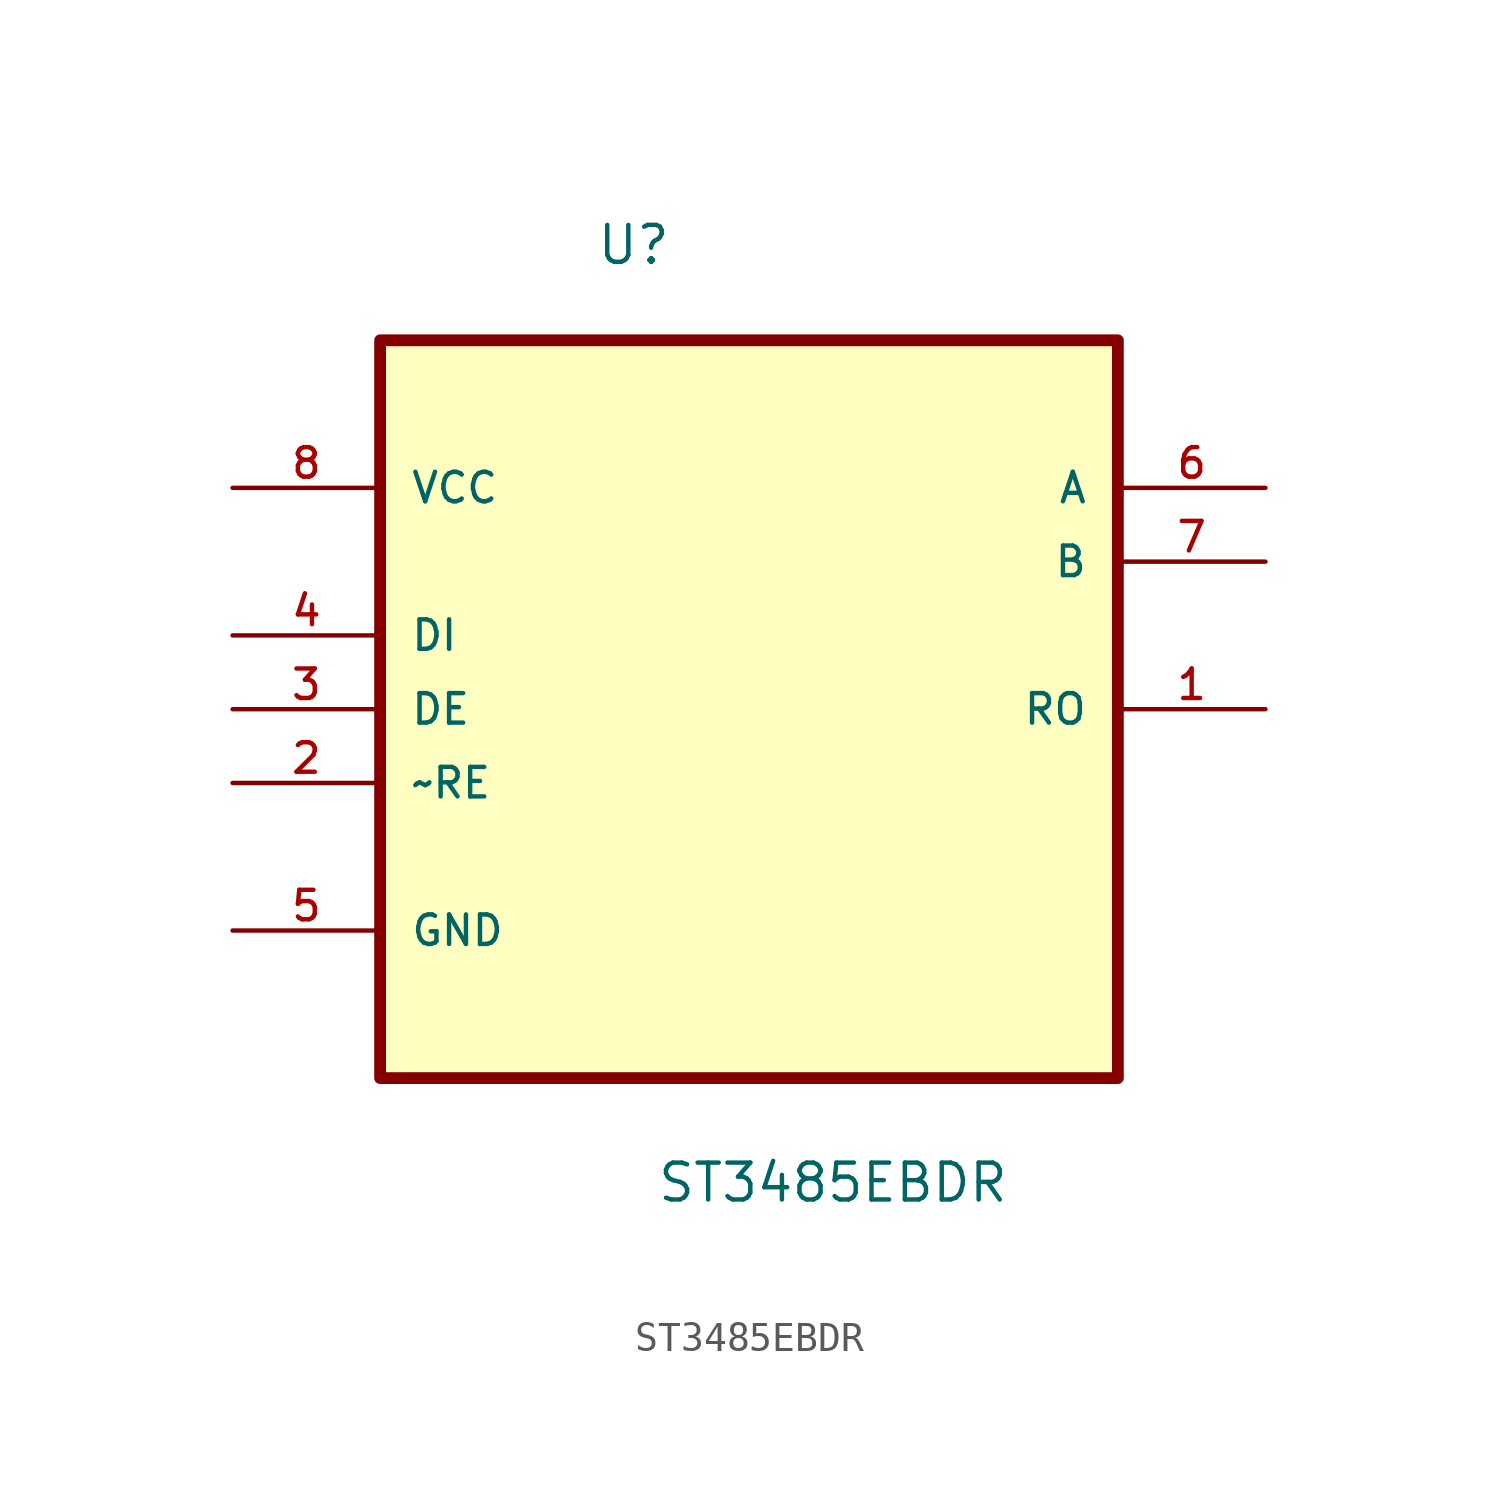
<source format=kicad_sym>
(kicad_symbol_lib
  (version 20211014)
  (generator kicad_symbol_editor)
  (symbol "ST3485EBDR"
    (pin_names
      (offset 1.016))
    (property "Reference" "U"
      (at -5.283 12.7 0.0)
      (effects (font (size 1.27 1.27)) (justify bottom left)))
    (property "Value" "ST3485EBDR"
      (at -3.2 -19.583 0.0)
      (effects (font (size 1.27 1.27)) (justify bottom left)))
    (symbol "ST3485EBDR_0_0"
      (rectangle (start -12.7 -15.24) (end 12.7 10.16) (stroke (width 0.406)) (fill (type background)))
      (pin power_in line (at -17.78 5.08 0) (length 5.08) (name "VCC" (effects (font (size 1.016 1.016)))) (number "8" (effects (font (size 1.016 1.016)))))
      (pin input line (at -17.78 0.0 0) (length 5.08) (name "DI" (effects (font (size 1.016 1.016)))) (number "4" (effects (font (size 1.016 1.016)))))
      (pin input line (at -17.78 -2.54 0) (length 5.08) (name "DE" (effects (font (size 1.016 1.016)))) (number "3" (effects (font (size 1.016 1.016)))))
      (pin input line (at -17.78 -5.08 0) (length 5.08) (name "~RE" (effects (font (size 1.016 1.016)))) (number "2" (effects (font (size 1.016 1.016)))))
      (pin passive line (at -17.78 -10.16 0) (length 5.08) (name "GND" (effects (font (size 1.016 1.016)))) (number "5" (effects (font (size 1.016 1.016)))))
      (pin output line (at 17.78 5.08 180.0) (length 5.08) (name "A" (effects (font (size 1.016 1.016)))) (number "6" (effects (font (size 1.016 1.016)))))
      (pin output line (at 17.78 2.54 180.0) (length 5.08) (name "B" (effects (font (size 1.016 1.016)))) (number "7" (effects (font (size 1.016 1.016)))))
      (pin input line (at 17.78 -2.54 180.0) (length 5.08) (name "RO" (effects (font (size 1.016 1.016)))) (number "1" (effects (font (size 1.016 1.016))))))))
</source>
